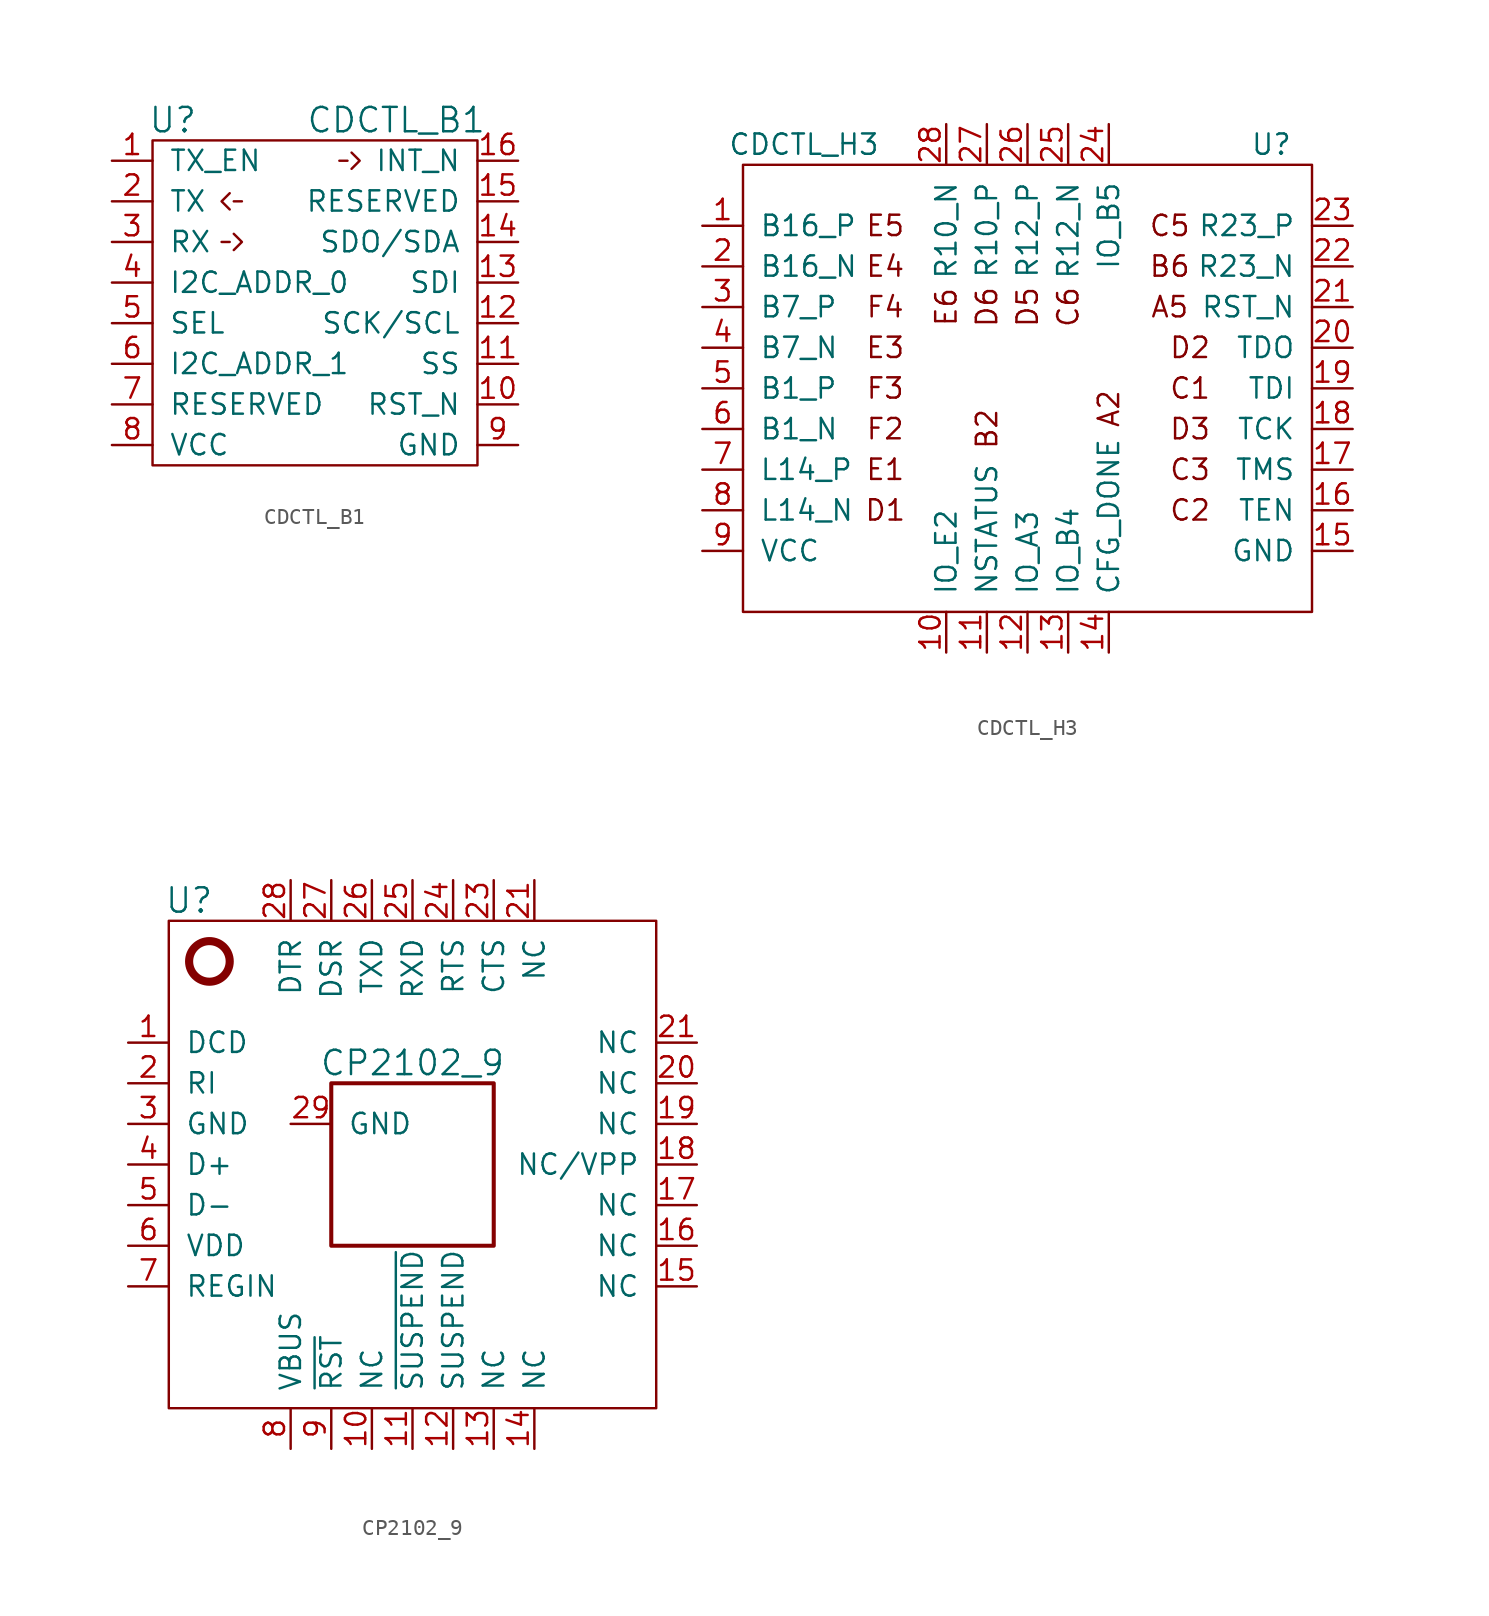
<source format=kicad_sym>
(kicad_symbol_lib
  (version 20220914)
  (generator kicad_symbol_editor)
  (symbol "CDCTL_B1"
    (pin_names
      (offset 1.016))
    (property "Reference" "U"
      (at -8.89 11.43 0)
      (effects (font (size 1.524 1.524))))
    (property "Value" "CDCTL_B1"
      (at 5.08 11.43 0)
      (effects (font (size 1.524 1.524))))
    (symbol "CDCTL_B1_0_1"
      (rectangle (start -10.16 10.16) (end 10.16 -10.16) (stroke (width 0) (type default)) (fill (type none)))
      (polyline (pts (xy -5.842 3.81) (xy -5.334 3.81)) (stroke (width 0) (type default)) (fill (type none)))
      (polyline (pts (xy -5.08 6.35) (xy -4.572 6.35)) (stroke (width 0) (type default)) (fill (type none)))
      (polyline (pts (xy 2.032 8.89) (xy 1.524 8.89)) (stroke (width 0) (type default)) (fill (type none)))
      (polyline (pts (xy -5.334 6.858) (xy -5.842 6.35) (xy -5.334 5.842)) (stroke (width 0) (type default)) (fill (type none)))
      (polyline (pts (xy -5.08 4.318) (xy -4.572 3.81) (xy -5.08 3.302)) (stroke (width 0) (type default)) (fill (type none)))
      (polyline (pts (xy 2.286 9.398) (xy 2.794 8.89) (xy 2.286 8.382)) (stroke (width 0) (type default)) (fill (type none))))
    (symbol "CDCTL_B1_1_1"
      (pin passive line (at -12.7 8.89 0) (length 2.54) (name "TX_EN" (effects (font (size 1.27 1.27)))) (number "1" (effects (font (size 1.27 1.27)))))
      (pin passive line (at 12.7 -6.35 180) (length 2.54) (name "RST_N" (effects (font (size 1.27 1.27)))) (number "10" (effects (font (size 1.27 1.27)))))
      (pin passive line (at 12.7 -3.81 180) (length 2.54) (name "SS" (effects (font (size 1.27 1.27)))) (number "11" (effects (font (size 1.27 1.27)))))
      (pin passive line (at 12.7 -1.27 180) (length 2.54) (name "SCK/SCL" (effects (font (size 1.27 1.27)))) (number "12" (effects (font (size 1.27 1.27)))))
      (pin passive line (at 12.7 1.27 180) (length 2.54) (name "SDI" (effects (font (size 1.27 1.27)))) (number "13" (effects (font (size 1.27 1.27)))))
      (pin passive line (at 12.7 3.81 180) (length 2.54) (name "SDO/SDA" (effects (font (size 1.27 1.27)))) (number "14" (effects (font (size 1.27 1.27)))))
      (pin passive line (at 12.7 6.35 180) (length 2.54) (name "RESERVED" (effects (font (size 1.27 1.27)))) (number "15" (effects (font (size 1.27 1.27)))))
      (pin passive line (at 12.7 8.89 180) (length 2.54) (name "INT_N" (effects (font (size 1.27 1.27)))) (number "16" (effects (font (size 1.27 1.27)))))
      (pin passive line (at -12.7 6.35 0) (length 2.54) (name "TX" (effects (font (size 1.27 1.27)))) (number "2" (effects (font (size 1.27 1.27)))))
      (pin passive line (at -12.7 3.81 0) (length 2.54) (name "RX" (effects (font (size 1.27 1.27)))) (number "3" (effects (font (size 1.27 1.27)))))
      (pin passive line (at -12.7 1.27 0) (length 2.54) (name "I2C_ADDR_0" (effects (font (size 1.27 1.27)))) (number "4" (effects (font (size 1.27 1.27)))))
      (pin passive line (at -12.7 -1.27 0) (length 2.54) (name "SEL" (effects (font (size 1.27 1.27)))) (number "5" (effects (font (size 1.27 1.27)))))
      (pin passive line (at -12.7 -3.81 0) (length 2.54) (name "I2C_ADDR_1" (effects (font (size 1.27 1.27)))) (number "6" (effects (font (size 1.27 1.27)))))
      (pin passive line (at -12.7 -6.35 0) (length 2.54) (name "RESERVED" (effects (font (size 1.27 1.27)))) (number "7" (effects (font (size 1.27 1.27)))))
      (pin passive line (at -12.7 -8.89 0) (length 2.54) (name "VCC" (effects (font (size 1.27 1.27)))) (number "8" (effects (font (size 1.27 1.27)))))
      (pin passive line (at 12.7 -8.89 180) (length 2.54) (name "GND" (effects (font (size 1.27 1.27)))) (number "9" (effects (font (size 1.27 1.27)))))))
  (symbol "CDCTL_H3"
    (pin_names
      (offset 1.016))
    (property "Reference" "U"
      (at 33.02 1.27 0)
      (effects (font (size 1.27 1.27))))
    (property "Value" "CDCTL_H3"
      (at 3.81 1.27 0)
      (effects (font (size 1.27 1.27))))
    (symbol "CDCTL_H3_0_0"
      (rectangle (start 0 0) (end 35.56 -27.94) (stroke (width 0) (type default)) (fill (type none)))
      (text "A2" (at 22.86 -15.24 900) (effects (font (size 1.27 1.27))))
      (text "A5" (at 26.67 -8.89 0) (effects (font (size 1.27 1.27))))
      (text "B2" (at 15.24 -16.51 900) (effects (font (size 1.27 1.27))))
      (text "B6" (at 26.67 -6.35 0) (effects (font (size 1.27 1.27))))
      (text "C1" (at 27.94 -13.97 0) (effects (font (size 1.27 1.27))))
      (text "C2" (at 27.94 -21.59 0) (effects (font (size 1.27 1.27))))
      (text "C3" (at 27.94 -19.05 0) (effects (font (size 1.27 1.27))))
      (text "C5" (at 26.67 -3.81 0) (effects (font (size 1.27 1.27))))
      (text "C6" (at 20.32 -8.89 900) (effects (font (size 1.27 1.27))))
      (text "D1" (at 8.89 -21.59 0) (effects (font (size 1.27 1.27))))
      (text "D2" (at 27.94 -11.43 0) (effects (font (size 1.27 1.27))))
      (text "D3" (at 27.94 -16.51 0) (effects (font (size 1.27 1.27))))
      (text "D5" (at 17.78 -8.89 900) (effects (font (size 1.27 1.27))))
      (text "D6" (at 15.24 -8.89 900) (effects (font (size 1.27 1.27))))
      (text "E1" (at 8.89 -19.05 0) (effects (font (size 1.27 1.27))))
      (text "E3" (at 8.89 -11.43 0) (effects (font (size 1.27 1.27))))
      (text "E4" (at 8.89 -6.35 0) (effects (font (size 1.27 1.27))))
      (text "E5" (at 8.89 -3.81 0) (effects (font (size 1.27 1.27))))
      (text "E6" (at 12.7 -8.89 900) (effects (font (size 1.27 1.27))))
      (text "F2" (at 8.89 -16.51 0) (effects (font (size 1.27 1.27))))
      (text "F3" (at 8.89 -13.97 0) (effects (font (size 1.27 1.27))))
      (text "F4" (at 8.89 -8.89 0) (effects (font (size 1.27 1.27)))))
    (symbol "CDCTL_H3_1_1"
      (pin bidirectional line (at -2.54 -3.81 0) (length 2.54) (name "B16_P" (effects (font (size 1.27 1.27)))) (number "1" (effects (font (size 1.27 1.27)))))
      (pin bidirectional line (at 12.7 -30.48 90) (length 2.54) (name "IO_E2" (effects (font (size 1.27 1.27)))) (number "10" (effects (font (size 1.27 1.27)))))
      (pin bidirectional line (at 15.24 -30.48 90) (length 2.54) (name "NSTATUS" (effects (font (size 1.27 1.27)))) (number "11" (effects (font (size 1.27 1.27)))))
      (pin bidirectional line (at 17.78 -30.48 90) (length 2.54) (name "IO_A3" (effects (font (size 1.27 1.27)))) (number "12" (effects (font (size 1.27 1.27)))))
      (pin bidirectional line (at 20.32 -30.48 90) (length 2.54) (name "IO_B4" (effects (font (size 1.27 1.27)))) (number "13" (effects (font (size 1.27 1.27)))))
      (pin bidirectional line (at 22.86 -30.48 90) (length 2.54) (name "CFG_DONE" (effects (font (size 1.27 1.27)))) (number "14" (effects (font (size 1.27 1.27)))))
      (pin power_in line (at 38.1 -24.13 180) (length 2.54) (name "GND" (effects (font (size 1.27 1.27)))) (number "15" (effects (font (size 1.27 1.27)))))
      (pin bidirectional line (at 38.1 -21.59 180) (length 2.54) (name "TEN" (effects (font (size 1.27 1.27)))) (number "16" (effects (font (size 1.27 1.27)))))
      (pin bidirectional line (at 38.1 -19.05 180) (length 2.54) (name "TMS" (effects (font (size 1.27 1.27)))) (number "17" (effects (font (size 1.27 1.27)))))
      (pin bidirectional line (at 38.1 -16.51 180) (length 2.54) (name "TCK" (effects (font (size 1.27 1.27)))) (number "18" (effects (font (size 1.27 1.27)))))
      (pin bidirectional line (at 38.1 -13.97 180) (length 2.54) (name "TDI" (effects (font (size 1.27 1.27)))) (number "19" (effects (font (size 1.27 1.27)))))
      (pin bidirectional line (at -2.54 -6.35 0) (length 2.54) (name "B16_N" (effects (font (size 1.27 1.27)))) (number "2" (effects (font (size 1.27 1.27)))))
      (pin bidirectional line (at 38.1 -11.43 180) (length 2.54) (name "TDO" (effects (font (size 1.27 1.27)))) (number "20" (effects (font (size 1.27 1.27)))))
      (pin bidirectional line (at 38.1 -8.89 180) (length 2.54) (name "RST_N" (effects (font (size 1.27 1.27)))) (number "21" (effects (font (size 1.27 1.27)))))
      (pin bidirectional line (at 38.1 -6.35 180) (length 2.54) (name "R23_N" (effects (font (size 1.27 1.27)))) (number "22" (effects (font (size 1.27 1.27)))))
      (pin bidirectional line (at 38.1 -3.81 180) (length 2.54) (name "R23_P" (effects (font (size 1.27 1.27)))) (number "23" (effects (font (size 1.27 1.27)))))
      (pin bidirectional line (at 22.86 2.54 270) (length 2.54) (name "IO_B5" (effects (font (size 1.27 1.27)))) (number "24" (effects (font (size 1.27 1.27)))))
      (pin bidirectional line (at 20.32 2.54 270) (length 2.54) (name "R12_N" (effects (font (size 1.27 1.27)))) (number "25" (effects (font (size 1.27 1.27)))))
      (pin bidirectional line (at 17.78 2.54 270) (length 2.54) (name "R12_P" (effects (font (size 1.27 1.27)))) (number "26" (effects (font (size 1.27 1.27)))))
      (pin bidirectional line (at 15.24 2.54 270) (length 2.54) (name "R10_P" (effects (font (size 1.27 1.27)))) (number "27" (effects (font (size 1.27 1.27)))))
      (pin bidirectional line (at 12.7 2.54 270) (length 2.54) (name "R10_N" (effects (font (size 1.27 1.27)))) (number "28" (effects (font (size 1.27 1.27)))))
      (pin bidirectional line (at -2.54 -8.89 0) (length 2.54) (name "B7_P" (effects (font (size 1.27 1.27)))) (number "3" (effects (font (size 1.27 1.27)))))
      (pin bidirectional line (at -2.54 -11.43 0) (length 2.54) (name "B7_N" (effects (font (size 1.27 1.27)))) (number "4" (effects (font (size 1.27 1.27)))))
      (pin bidirectional line (at -2.54 -13.97 0) (length 2.54) (name "B1_P" (effects (font (size 1.27 1.27)))) (number "5" (effects (font (size 1.27 1.27)))))
      (pin bidirectional line (at -2.54 -16.51 0) (length 2.54) (name "B1_N" (effects (font (size 1.27 1.27)))) (number "6" (effects (font (size 1.27 1.27)))))
      (pin bidirectional line (at -2.54 -19.05 0) (length 2.54) (name "L14_P" (effects (font (size 1.27 1.27)))) (number "7" (effects (font (size 1.27 1.27)))))
      (pin bidirectional line (at -2.54 -21.59 0) (length 2.54) (name "L14_N" (effects (font (size 1.27 1.27)))) (number "8" (effects (font (size 1.27 1.27)))))
      (pin power_in line (at -2.54 -24.13 0) (length 2.54) (name "VCC" (effects (font (size 1.27 1.27)))) (number "9" (effects (font (size 1.27 1.27)))))))
  (symbol "CP2102_9"
    (pin_names
      (offset 1.016))
    (property "Reference" "U"
      (at -13.97 16.51 0)
      (effects (font (size 1.524 1.524))))
    (property "Value" "CP2102_9"
      (at 0 6.35 0)
      (effects (font (size 1.524 1.524))))
    (property "Footprint" ""
      (at -2.54 0 0)
      (effects (font (size 1.524 1.524))))
    (property "Datasheet" ""
      (at -2.54 0 0)
      (effects (font (size 1.524 1.524))))
    (symbol "CP2102_9_0_1"
      (rectangle (start -15.24 15.24) (end 15.24 -15.24) (stroke (width 0) (type default)) (fill (type none)))
      (circle (center -12.7 12.7) (radius 1.27) (stroke (width 0.508) (type default)) (fill (type none)))
      (rectangle (start -5.08 5.08) (end 5.08 -5.08) (stroke (width 0.254) (type default)) (fill (type none))))
    (symbol "CP2102_9_1_1"
      (pin bidirectional line (at -17.78 7.62 0) (length 2.54) (name "DCD" (effects (font (size 1.27 1.27)))) (number "1" (effects (font (size 1.27 1.27)))))
      (pin bidirectional line (at -2.54 -17.78 90) (length 2.54) (name "NC" (effects (font (size 1.27 1.27)))) (number "10" (effects (font (size 1.27 1.27)))))
      (pin bidirectional line (at 0 -17.78 90) (length 2.54) (name "~{SUSPEND}" (effects (font (size 1.27 1.27)))) (number "11" (effects (font (size 1.27 1.27)))))
      (pin bidirectional line (at 2.54 -17.78 90) (length 2.54) (name "SUSPEND" (effects (font (size 1.27 1.27)))) (number "12" (effects (font (size 1.27 1.27)))))
      (pin bidirectional line (at 5.08 -17.78 90) (length 2.54) (name "NC" (effects (font (size 1.27 1.27)))) (number "13" (effects (font (size 1.27 1.27)))))
      (pin bidirectional line (at 7.62 -17.78 90) (length 2.54) (name "NC" (effects (font (size 1.27 1.27)))) (number "14" (effects (font (size 1.27 1.27)))))
      (pin bidirectional line (at 17.78 -7.62 180) (length 2.54) (name "NC" (effects (font (size 1.27 1.27)))) (number "15" (effects (font (size 1.27 1.27)))))
      (pin bidirectional line (at 17.78 -5.08 180) (length 2.54) (name "NC" (effects (font (size 1.27 1.27)))) (number "16" (effects (font (size 1.27 1.27)))))
      (pin bidirectional line (at 17.78 -2.54 180) (length 2.54) (name "NC" (effects (font (size 1.27 1.27)))) (number "17" (effects (font (size 1.27 1.27)))))
      (pin bidirectional line (at 17.78 0 180) (length 2.54) (name "NC/VPP" (effects (font (size 1.27 1.27)))) (number "18" (effects (font (size 1.27 1.27)))))
      (pin bidirectional line (at 17.78 2.54 180) (length 2.54) (name "NC" (effects (font (size 1.27 1.27)))) (number "19" (effects (font (size 1.27 1.27)))))
      (pin bidirectional line (at -17.78 5.08 0) (length 2.54) (name "RI" (effects (font (size 1.27 1.27)))) (number "2" (effects (font (size 1.27 1.27)))))
      (pin bidirectional line (at 17.78 5.08 180) (length 2.54) (name "NC" (effects (font (size 1.27 1.27)))) (number "20" (effects (font (size 1.27 1.27)))))
      (pin bidirectional line (at 7.62 17.78 270) (length 2.54) (name "NC" (effects (font (size 1.27 1.27)))) (number "21" (effects (font (size 1.27 1.27)))))
      (pin bidirectional line (at 17.78 7.62 180) (length 2.54) (name "NC" (effects (font (size 1.27 1.27)))) (number "21" (effects (font (size 1.27 1.27)))))
      (pin bidirectional line (at 5.08 17.78 270) (length 2.54) (name "CTS" (effects (font (size 1.27 1.27)))) (number "23" (effects (font (size 1.27 1.27)))))
      (pin bidirectional line (at 2.54 17.78 270) (length 2.54) (name "RTS" (effects (font (size 1.27 1.27)))) (number "24" (effects (font (size 1.27 1.27)))))
      (pin bidirectional line (at 0 17.78 270) (length 2.54) (name "RXD" (effects (font (size 1.27 1.27)))) (number "25" (effects (font (size 1.27 1.27)))))
      (pin bidirectional line (at -2.54 17.78 270) (length 2.54) (name "TXD" (effects (font (size 1.27 1.27)))) (number "26" (effects (font (size 1.27 1.27)))))
      (pin bidirectional line (at -5.08 17.78 270) (length 2.54) (name "DSR" (effects (font (size 1.27 1.27)))) (number "27" (effects (font (size 1.27 1.27)))))
      (pin bidirectional line (at -7.62 17.78 270) (length 2.54) (name "DTR" (effects (font (size 1.27 1.27)))) (number "28" (effects (font (size 1.27 1.27)))))
      (pin bidirectional line (at -7.62 2.54 0) (length 2.54) (name "GND" (effects (font (size 1.27 1.27)))) (number "29" (effects (font (size 1.27 1.27)))))
      (pin bidirectional line (at -17.78 2.54 0) (length 2.54) (name "GND" (effects (font (size 1.27 1.27)))) (number "3" (effects (font (size 1.27 1.27)))))
      (pin bidirectional line (at -17.78 0 0) (length 2.54) (name "D+" (effects (font (size 1.27 1.27)))) (number "4" (effects (font (size 1.27 1.27)))))
      (pin bidirectional line (at -17.78 -2.54 0) (length 2.54) (name "D-" (effects (font (size 1.27 1.27)))) (number "5" (effects (font (size 1.27 1.27)))))
      (pin bidirectional line (at -17.78 -5.08 0) (length 2.54) (name "VDD" (effects (font (size 1.27 1.27)))) (number "6" (effects (font (size 1.27 1.27)))))
      (pin bidirectional line (at -17.78 -7.62 0) (length 2.54) (name "REGIN" (effects (font (size 1.27 1.27)))) (number "7" (effects (font (size 1.27 1.27)))))
      (pin bidirectional line (at -7.62 -17.78 90) (length 2.54) (name "VBUS" (effects (font (size 1.27 1.27)))) (number "8" (effects (font (size 1.27 1.27)))))
      (pin bidirectional line (at -5.08 -17.78 90) (length 2.54) (name "~{RST}" (effects (font (size 1.27 1.27)))) (number "9" (effects (font (size 1.27 1.27))))))))
</source>
